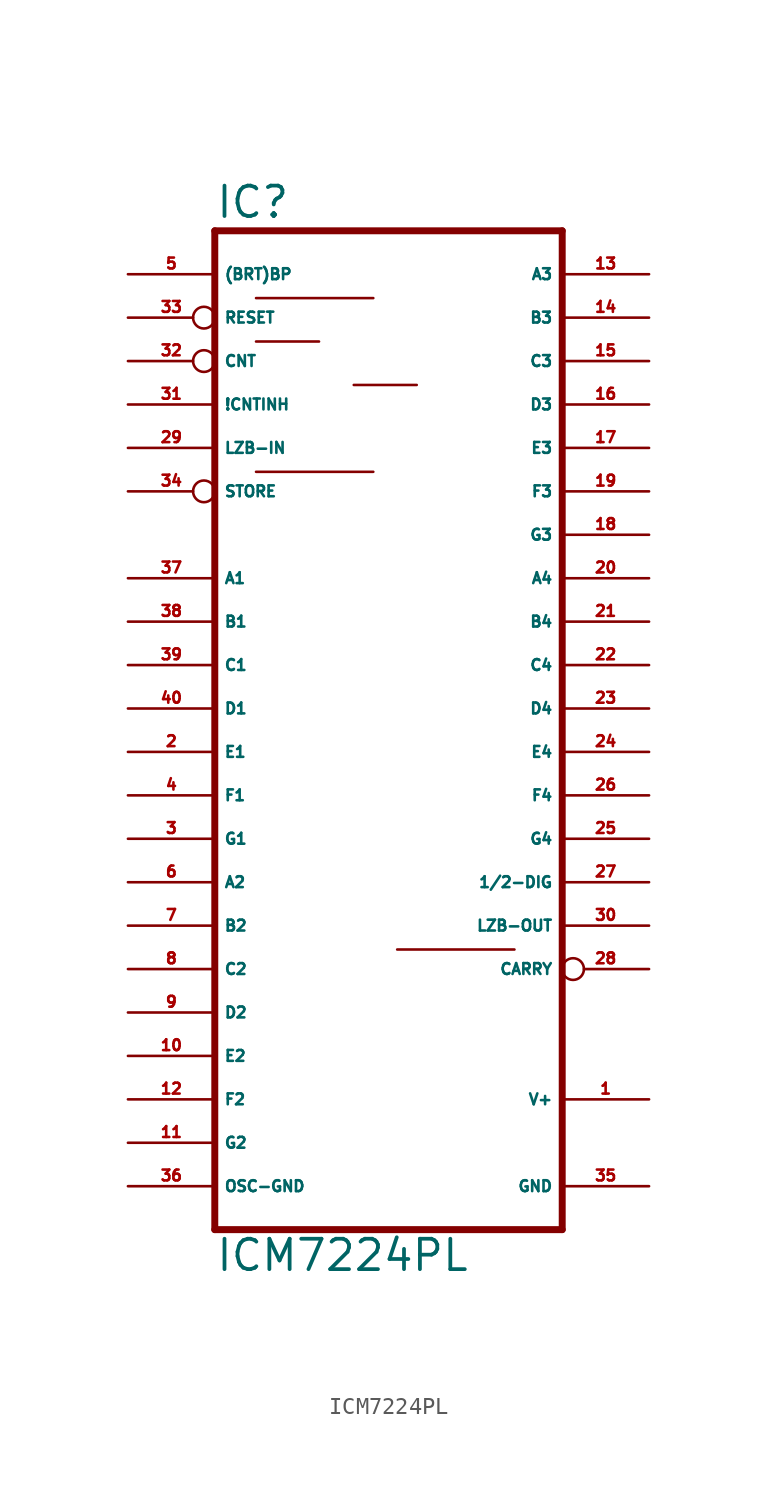
<source format=kicad_sym>
(kicad_symbol_lib
  (version 20220914)
  (generator Eagle2Kicad)
  (symbol "ICM7224PL"
    (property "Reference" "IC"
      (at -12.7 31.115 0)
      (effects (font (size 1.778 1.778) (thickness 0.22)) (justify left bottom)))
    (property "Value" "ICM7224PL"
      (at -12.7 -30.48 0)
      (effects (font (size 1.778 1.778) (thickness 0.22)) (justify left bottom)))
    (polyline
      (pts (xy -12.7 -27.94) (xy 7.62 -27.94))
      (stroke (width 0.406) (type default))
      (fill (type none)))
    (polyline
      (pts (xy 7.62 30.48) (xy 7.62 -27.94))
      (stroke (width 0.406) (type default))
      (fill (type none)))
    (polyline
      (pts (xy 7.62 30.48) (xy -12.7 30.48))
      (stroke (width 0.406) (type default))
      (fill (type none)))
    (polyline
      (pts (xy -12.7 -27.94) (xy -12.7 30.48))
      (stroke (width 0.406) (type default))
      (fill (type none)))
    (polyline
      (pts (xy -2.032 -11.557) (xy 4.826 -11.557))
      (stroke (width 0.152) (type default))
      (fill (type none)))
    (polyline
      (pts (xy -10.287 16.383) (xy -3.429 16.383))
      (stroke (width 0.152) (type default))
      (fill (type none)))
    (polyline
      (pts (xy -4.572 21.463) (xy -0.889 21.463))
      (stroke (width 0.152) (type default))
      (fill (type none)))
    (polyline
      (pts (xy -10.287 26.543) (xy -3.429 26.543))
      (stroke (width 0.152) (type default))
      (fill (type none)))
    (polyline
      (pts (xy -10.287 24.003) (xy -6.604 24.003))
      (stroke (width 0.152) (type default))
      (fill (type none)))
    (pin output line
      (at -17.78 -7.62 0)
      (length 5.08)
      (name "A2" (effects (font (size 0.635 0.635) (thickness 0.08)) (justify left bottom)))
      (number "6" (effects (font (size 0.635 0.635) (thickness 0.08)) (justify left bottom))))
    (pin output line
      (at -17.78 -10.16 0)
      (length 5.08)
      (name "B2" (effects (font (size 0.635 0.635) (thickness 0.08)) (justify left bottom)))
      (number "7" (effects (font (size 0.635 0.635) (thickness 0.08)) (justify left bottom))))
    (pin output line
      (at -17.78 -12.7 0)
      (length 5.08)
      (name "C2" (effects (font (size 0.635 0.635) (thickness 0.08)) (justify left bottom)))
      (number "8" (effects (font (size 0.635 0.635) (thickness 0.08)) (justify left bottom))))
    (pin output line
      (at -17.78 -15.24 0)
      (length 5.08)
      (name "D2" (effects (font (size 0.635 0.635) (thickness 0.08)) (justify left bottom)))
      (number "9" (effects (font (size 0.635 0.635) (thickness 0.08)) (justify left bottom))))
    (pin output line
      (at -17.78 -17.78 0)
      (length 5.08)
      (name "E2" (effects (font (size 0.635 0.635) (thickness 0.08)) (justify left bottom)))
      (number "10" (effects (font (size 0.635 0.635) (thickness 0.08)) (justify left bottom))))
    (pin output line
      (at -17.78 -20.32 0)
      (length 5.08)
      (name "F2" (effects (font (size 0.635 0.635) (thickness 0.08)) (justify left bottom)))
      (number "12" (effects (font (size 0.635 0.635) (thickness 0.08)) (justify left bottom))))
    (pin output line
      (at -17.78 -22.86 0)
      (length 5.08)
      (name "G2" (effects (font (size 0.635 0.635) (thickness 0.08)) (justify left bottom)))
      (number "11" (effects (font (size 0.635 0.635) (thickness 0.08)) (justify left bottom))))
    (pin output line
      (at 12.7 27.94 180)
      (length 5.08)
      (name "A3" (effects (font (size 0.635 0.635) (thickness 0.08)) (justify left bottom)))
      (number "13" (effects (font (size 0.635 0.635) (thickness 0.08)) (justify left bottom))))
    (pin output line
      (at 12.7 25.4 180)
      (length 5.08)
      (name "B3" (effects (font (size 0.635 0.635) (thickness 0.08)) (justify left bottom)))
      (number "14" (effects (font (size 0.635 0.635) (thickness 0.08)) (justify left bottom))))
    (pin output line
      (at 12.7 22.86 180)
      (length 5.08)
      (name "C3" (effects (font (size 0.635 0.635) (thickness 0.08)) (justify left bottom)))
      (number "15" (effects (font (size 0.635 0.635) (thickness 0.08)) (justify left bottom))))
    (pin output line
      (at 12.7 20.32 180)
      (length 5.08)
      (name "D3" (effects (font (size 0.635 0.635) (thickness 0.08)) (justify left bottom)))
      (number "16" (effects (font (size 0.635 0.635) (thickness 0.08)) (justify left bottom))))
    (pin output line
      (at 12.7 17.78 180)
      (length 5.08)
      (name "E3" (effects (font (size 0.635 0.635) (thickness 0.08)) (justify left bottom)))
      (number "17" (effects (font (size 0.635 0.635) (thickness 0.08)) (justify left bottom))))
    (pin output line
      (at 12.7 15.24 180)
      (length 5.08)
      (name "F3" (effects (font (size 0.635 0.635) (thickness 0.08)) (justify left bottom)))
      (number "19" (effects (font (size 0.635 0.635) (thickness 0.08)) (justify left bottom))))
    (pin output line
      (at 12.7 12.7 180)
      (length 5.08)
      (name "G3" (effects (font (size 0.635 0.635) (thickness 0.08)) (justify left bottom)))
      (number "18" (effects (font (size 0.635 0.635) (thickness 0.08)) (justify left bottom))))
    (pin output line
      (at 12.7 10.16 180)
      (length 5.08)
      (name "A4" (effects (font (size 0.635 0.635) (thickness 0.08)) (justify left bottom)))
      (number "20" (effects (font (size 0.635 0.635) (thickness 0.08)) (justify left bottom))))
    (pin output line
      (at 12.7 7.62 180)
      (length 5.08)
      (name "B4" (effects (font (size 0.635 0.635) (thickness 0.08)) (justify left bottom)))
      (number "21" (effects (font (size 0.635 0.635) (thickness 0.08)) (justify left bottom))))
    (pin output line
      (at 12.7 5.08 180)
      (length 5.08)
      (name "C4" (effects (font (size 0.635 0.635) (thickness 0.08)) (justify left bottom)))
      (number "22" (effects (font (size 0.635 0.635) (thickness 0.08)) (justify left bottom))))
    (pin output line
      (at 12.7 2.54 180)
      (length 5.08)
      (name "D4" (effects (font (size 0.635 0.635) (thickness 0.08)) (justify left bottom)))
      (number "23" (effects (font (size 0.635 0.635) (thickness 0.08)) (justify left bottom))))
    (pin output line
      (at 12.7 0 180)
      (length 5.08)
      (name "E4" (effects (font (size 0.635 0.635) (thickness 0.08)) (justify left bottom)))
      (number "24" (effects (font (size 0.635 0.635) (thickness 0.08)) (justify left bottom))))
    (pin output line
      (at 12.7 -2.54 180)
      (length 5.08)
      (name "F4" (effects (font (size 0.635 0.635) (thickness 0.08)) (justify left bottom)))
      (number "26" (effects (font (size 0.635 0.635) (thickness 0.08)) (justify left bottom))))
    (pin output line
      (at 12.7 -5.08 180)
      (length 5.08)
      (name "G4" (effects (font (size 0.635 0.635) (thickness 0.08)) (justify left bottom)))
      (number "25" (effects (font (size 0.635 0.635) (thickness 0.08)) (justify left bottom))))
    (pin output line
      (at -17.78 -5.08 0)
      (length 5.08)
      (name "G1" (effects (font (size 0.635 0.635) (thickness 0.08)) (justify left bottom)))
      (number "3" (effects (font (size 0.635 0.635) (thickness 0.08)) (justify left bottom))))
    (pin output line
      (at -17.78 -2.54 0)
      (length 5.08)
      (name "F1" (effects (font (size 0.635 0.635) (thickness 0.08)) (justify left bottom)))
      (number "4" (effects (font (size 0.635 0.635) (thickness 0.08)) (justify left bottom))))
    (pin output line
      (at -17.78 0 0)
      (length 5.08)
      (name "E1" (effects (font (size 0.635 0.635) (thickness 0.08)) (justify left bottom)))
      (number "2" (effects (font (size 0.635 0.635) (thickness 0.08)) (justify left bottom))))
    (pin output line
      (at -17.78 2.54 0)
      (length 5.08)
      (name "D1" (effects (font (size 0.635 0.635) (thickness 0.08)) (justify left bottom)))
      (number "40" (effects (font (size 0.635 0.635) (thickness 0.08)) (justify left bottom))))
    (pin output line
      (at -17.78 5.08 0)
      (length 5.08)
      (name "C1" (effects (font (size 0.635 0.635) (thickness 0.08)) (justify left bottom)))
      (number "39" (effects (font (size 0.635 0.635) (thickness 0.08)) (justify left bottom))))
    (pin output line
      (at -17.78 7.62 0)
      (length 5.08)
      (name "B1" (effects (font (size 0.635 0.635) (thickness 0.08)) (justify left bottom)))
      (number "38" (effects (font (size 0.635 0.635) (thickness 0.08)) (justify left bottom))))
    (pin output line
      (at -17.78 10.16 0)
      (length 5.08)
      (name "A1" (effects (font (size 0.635 0.635) (thickness 0.08)) (justify left bottom)))
      (number "37" (effects (font (size 0.635 0.635) (thickness 0.08)) (justify left bottom))))
    (pin bidirectional line
      (at -17.78 27.94 0)
      (length 5.08)
      (name "(BRT)BP" (effects (font (size 0.635 0.635) (thickness 0.08)) (justify left bottom)))
      (number "5" (effects (font (size 0.635 0.635) (thickness 0.08)) (justify left bottom))))
    (pin output line
      (at 12.7 -7.62 180)
      (length 5.08)
      (name "1/2-DIG" (effects (font (size 0.635 0.635) (thickness 0.08)) (justify left bottom)))
      (number "27" (effects (font (size 0.635 0.635) (thickness 0.08)) (justify left bottom))))
    (pin output line
      (at 12.7 -10.16 180)
      (length 5.08)
      (name "LZB-OUT" (effects (font (size 0.635 0.635) (thickness 0.08)) (justify left bottom)))
      (number "30" (effects (font (size 0.635 0.635) (thickness 0.08)) (justify left bottom))))
    (pin input line
      (at -17.78 17.78 0)
      (length 5.08)
      (name "LZB-IN" (effects (font (size 0.635 0.635) (thickness 0.08)) (justify left bottom)))
      (number "29" (effects (font (size 0.635 0.635) (thickness 0.08)) (justify left bottom))))
    (pin input line
      (at -17.78 20.32 0)
      (length 5.08)
      (name "!CNTINH" (effects (font (size 0.635 0.635) (thickness 0.08)) (justify left bottom)))
      (number "31" (effects (font (size 0.635 0.635) (thickness 0.08)) (justify left bottom))))
    (pin input inverted
      (at -17.78 22.86 0)
      (length 5.08)
      (name "CNT" (effects (font (size 0.635 0.635) (thickness 0.08)) (justify left bottom)))
      (number "32" (effects (font (size 0.635 0.635) (thickness 0.08)) (justify left bottom))))
    (pin output inverted
      (at 12.7 -12.7 180)
      (length 5.08)
      (name "CARRY" (effects (font (size 0.635 0.635) (thickness 0.08)) (justify left bottom)))
      (number "28" (effects (font (size 0.635 0.635) (thickness 0.08)) (justify left bottom))))
    (pin passive inverted
      (at -17.78 15.24 0)
      (length 5.08)
      (name "STORE" (effects (font (size 0.635 0.635) (thickness 0.08)) (justify left bottom)))
      (number "34" (effects (font (size 0.635 0.635) (thickness 0.08)) (justify left bottom))))
    (pin input inverted
      (at -17.78 25.4 0)
      (length 5.08)
      (name "RESET" (effects (font (size 0.635 0.635) (thickness 0.08)) (justify left bottom)))
      (number "33" (effects (font (size 0.635 0.635) (thickness 0.08)) (justify left bottom))))
    (pin unspecified line
      (at 12.7 -20.32 180)
      (length 5.08)
      (name "V+" (effects (font (size 0.635 0.635) (thickness 0.08)) (justify left bottom)))
      (number "1" (effects (font (size 0.635 0.635) (thickness 0.08)) (justify left bottom))))
    (pin unspecified line
      (at 12.7 -25.4 180)
      (length 5.08)
      (name "GND" (effects (font (size 0.635 0.635) (thickness 0.08)) (justify left bottom)))
      (number "35" (effects (font (size 0.635 0.635) (thickness 0.08)) (justify left bottom))))
    (pin unspecified line
      (at -17.78 -25.4 0)
      (length 5.08)
      (name "OSC-GND" (effects (font (size 0.635 0.635) (thickness 0.08)) (justify left bottom)))
      (number "36" (effects (font (size 0.635 0.635) (thickness 0.08)) (justify left bottom))))))
</source>
